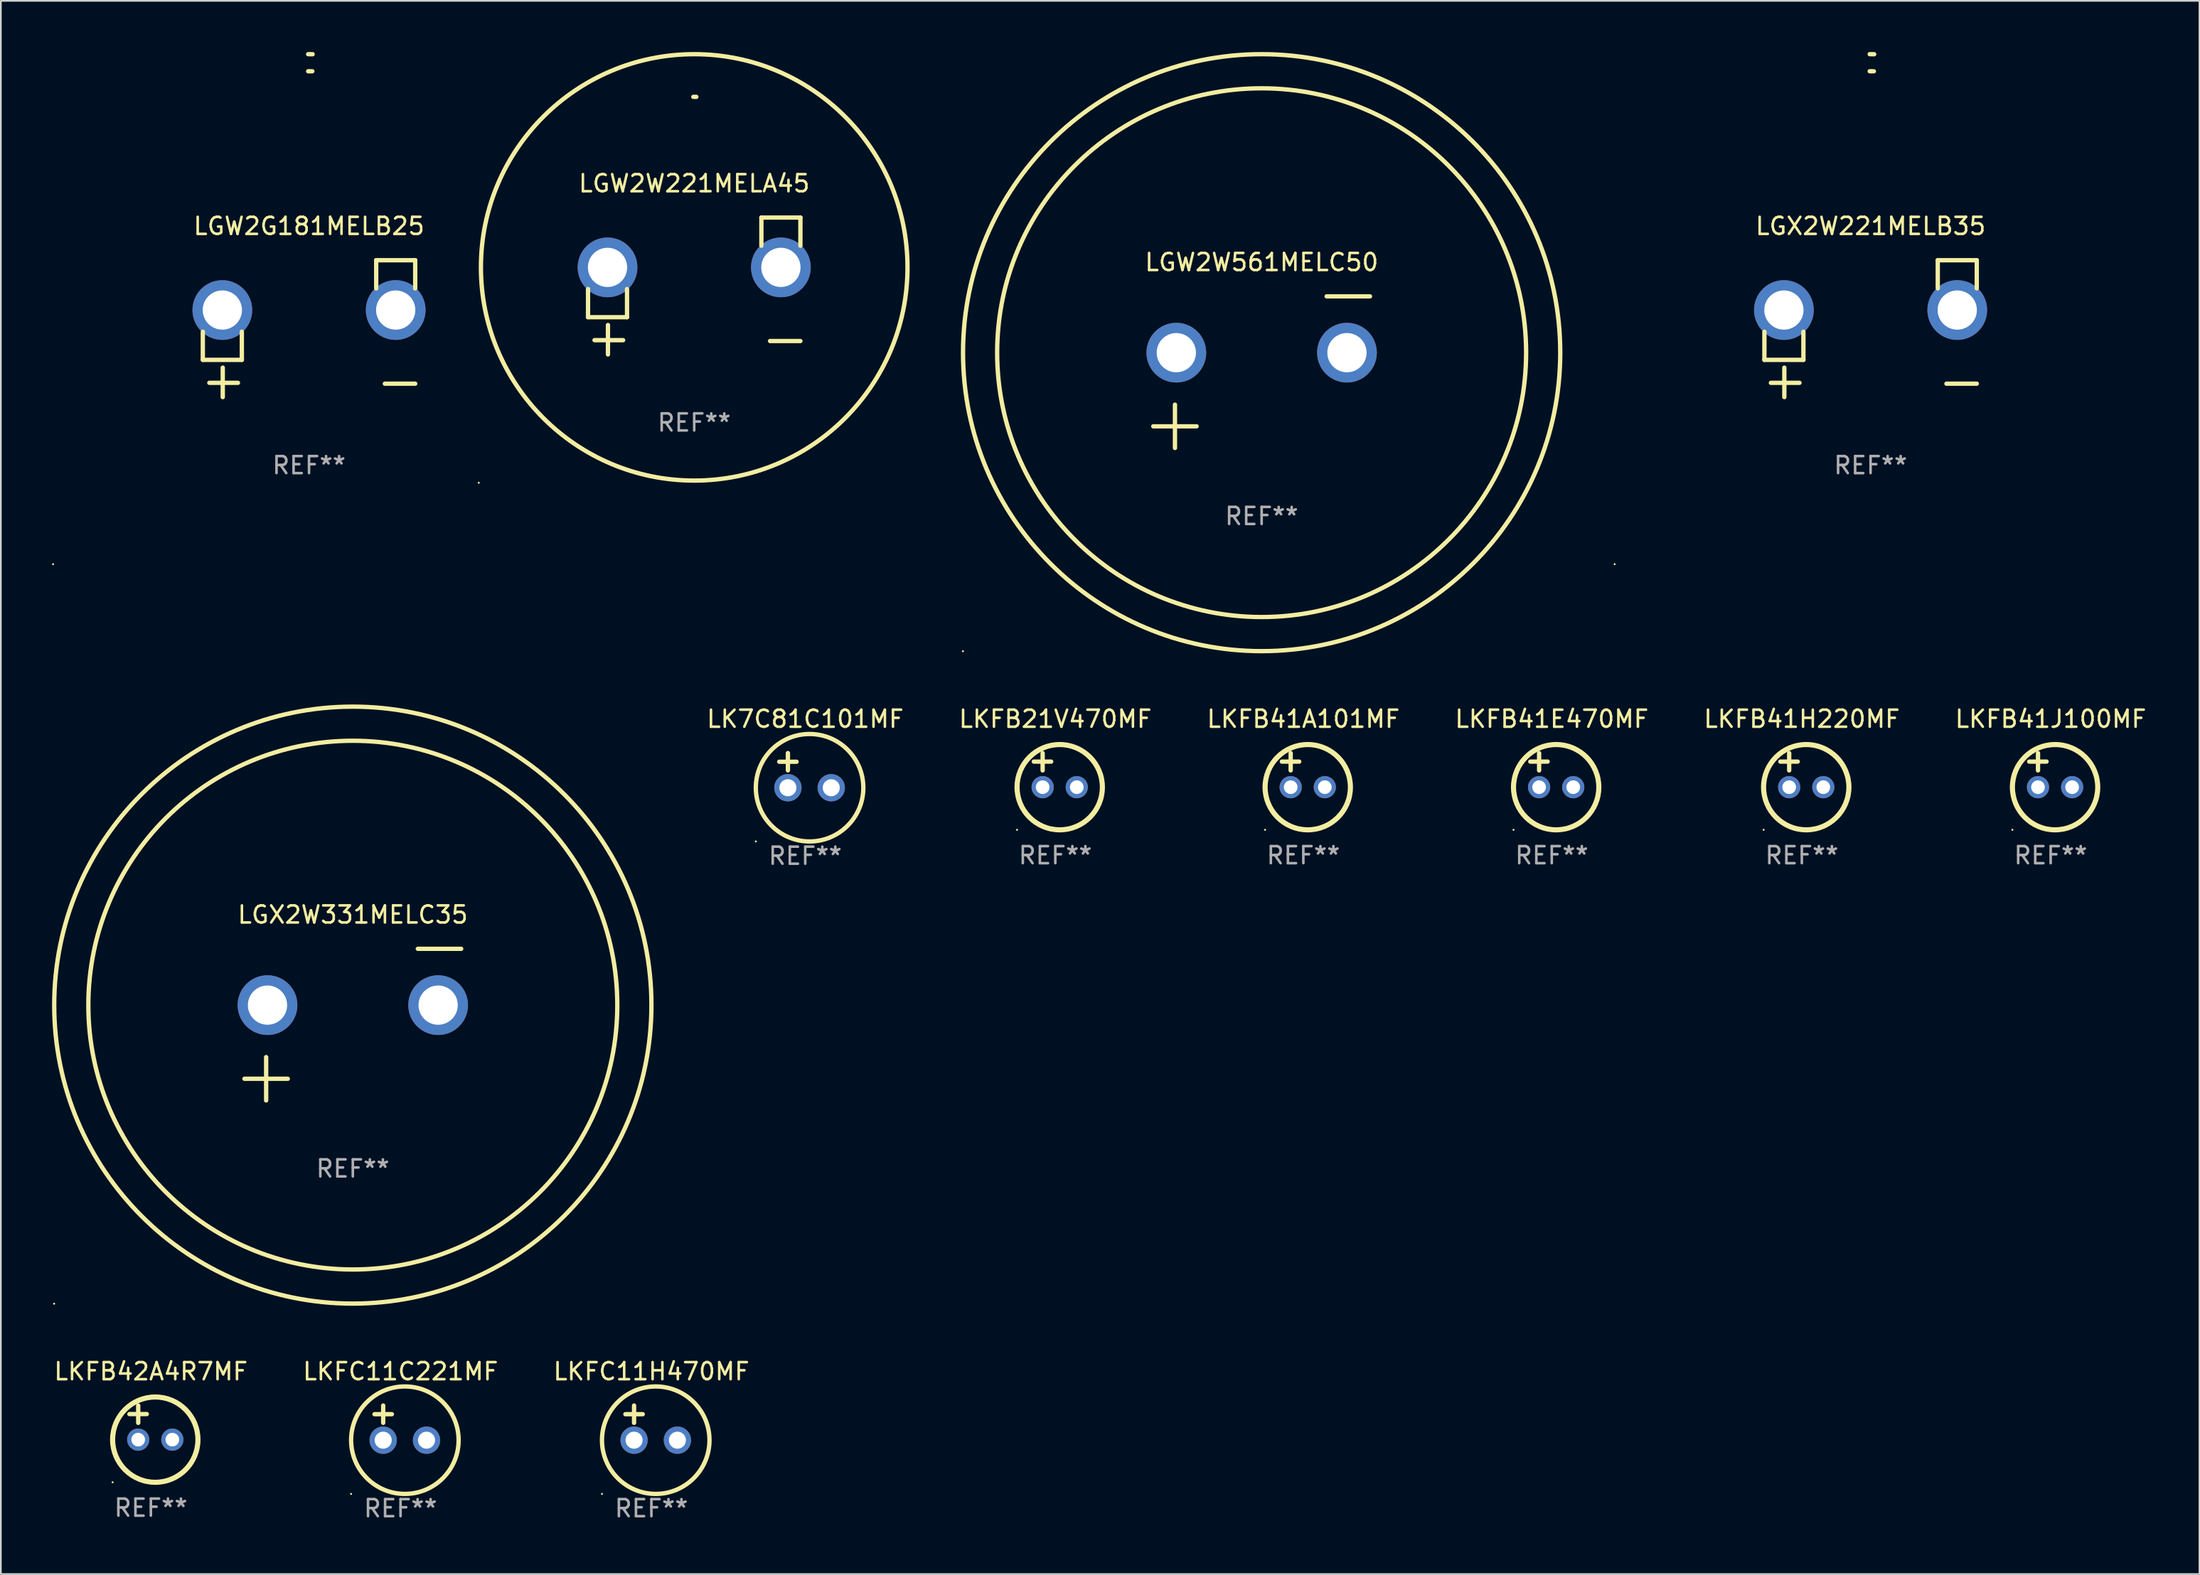
<source format=kicad_pcb>
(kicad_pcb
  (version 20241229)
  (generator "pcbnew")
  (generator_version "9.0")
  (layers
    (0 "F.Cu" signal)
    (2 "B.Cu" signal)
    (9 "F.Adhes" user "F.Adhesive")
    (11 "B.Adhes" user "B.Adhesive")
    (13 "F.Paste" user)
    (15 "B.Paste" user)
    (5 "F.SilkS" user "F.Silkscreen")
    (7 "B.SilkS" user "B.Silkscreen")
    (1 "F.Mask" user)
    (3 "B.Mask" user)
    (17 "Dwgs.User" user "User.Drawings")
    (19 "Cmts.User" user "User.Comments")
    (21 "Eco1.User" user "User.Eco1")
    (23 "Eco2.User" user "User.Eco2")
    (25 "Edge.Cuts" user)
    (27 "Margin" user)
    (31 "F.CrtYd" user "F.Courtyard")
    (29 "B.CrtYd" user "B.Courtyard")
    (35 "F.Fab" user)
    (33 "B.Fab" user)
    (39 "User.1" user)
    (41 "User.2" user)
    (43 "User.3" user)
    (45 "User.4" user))
  (footprint "LKFC11C221MF"
    (layer "F.Cu")
    (at 20.423 80.373)
    (property "Reference" "LKFC11C221MF" (at 0 -3.016 0) (layer "F.SilkS") (effects (font (size 1 1) (thickness 0.15))))
    (attr through_hole)
    (fp_line (start -1.524 -0.508) (end -0.508 -0.508) (stroke (width 0.254) (type solid)) (layer "F.SilkS"))
    (fp_line (start -1.016 -1.016) (end -1.016 0) (stroke (width 0.254) (type solid)) (layer "F.SilkS"))
    (fp_circle (center -2.896 4.166) (end -2.866 4.166) (stroke (width 0.06) (type solid)) (fill no) (layer "F.SilkS"))
    (fp_circle (center 0.254 1.016) (end 3.404 1.016) (stroke (width 0.254) (type solid)) (fill no) (layer "F.SilkS"))
    (fp_text user "REF**" (at 0 5.016 0) (layer "F.Fab") (effects (font (size 1 1) (thickness 0.15))))
    (pad "1" thru_hole circle (at -1.016 1.016) (size 1.6 1.6) (drill 1) (layers "*.Cu" "*.Mask"))
    (pad "2" thru_hole circle (at 1.524 1.016) (size 1.6 1.6) (drill 1) (layers "*.Cu" "*.Mask")))
  (footprint "LKFB41H220MF"
    (layer "F.Cu")
    (at 102.546 42.103)
    (property "Reference" "LKFB41H220MF" (at 0 -3 0) (layer "F.SilkS") (effects (font (size 1 1) (thickness 0.15))))
    (attr through_hole)
    (fp_line (start -1.258 -0.5) (end -0.242 -0.5) (stroke (width 0.254) (type solid)) (layer "F.SilkS"))
    (fp_line (start -0.742 -1) (end -0.742 0.016) (stroke (width 0.254) (type solid)) (layer "F.SilkS"))
    (fp_circle (center -2.242 3.5) (end -2.212 3.5) (stroke (width 0.06) (type solid)) (fill no) (layer "F.SilkS"))
    (fp_circle (center 0.258 1) (end 2.758 1) (stroke (width 0.3) (type solid)) (fill no) (layer "F.SilkS"))
    (fp_text user "REF**" (at 0 5 0) (layer "F.Fab") (effects (font (size 1 1) (thickness 0.15))))
    (pad "1" thru_hole circle (at -0.742 1) (size 1.3 1.3) (drill 0.8) (layers "*.Cu" "*.Mask"))
    (pad "2" thru_hole circle (at 1.258 1) (size 1.3 1.3) (drill 0.8) (layers "*.Cu" "*.Mask")))
  (footprint "LKFB42A4R7MF"
    (layer "F.Cu")
    (at 5.792 80.357)
    (property "Reference" "LKFB42A4R7MF" (at 0 -3 0) (layer "F.SilkS") (effects (font (size 1 1) (thickness 0.15))))
    (attr through_hole)
    (fp_line (start -1.258 -0.5) (end -0.242 -0.5) (stroke (width 0.254) (type solid)) (layer "F.SilkS"))
    (fp_line (start -0.742 -1) (end -0.742 0.016) (stroke (width 0.254) (type solid)) (layer "F.SilkS"))
    (fp_circle (center -2.242 3.5) (end -2.212 3.5) (stroke (width 0.06) (type solid)) (fill no) (layer "F.SilkS"))
    (fp_circle (center 0.258 1) (end 2.758 1) (stroke (width 0.3) (type solid)) (fill no) (layer "F.SilkS"))
    (fp_text user "REF**" (at 0 5 0) (layer "F.Fab") (effects (font (size 1 1) (thickness 0.15))))
    (pad "1" thru_hole circle (at -0.742 1) (size 1.3 1.3) (drill 0.8) (layers "*.Cu" "*.Mask"))
    (pad "2" thru_hole circle (at 1.258 1) (size 1.3 1.3) (drill 0.8) (layers "*.Cu" "*.Mask")))
  (footprint "LGW2W221MELA45"
    (layer "F.Cu")
    (at 37.634 13.719)
    (property "Reference" "LGW2W221MELA45" (at 0 -6.013 0) (layer "F.SilkS") (effects (font (size 1 1) (thickness 0.15))))
    (attr through_hole)
    (fp_line (start -6.223 0.178) (end -6.223 1.829) (stroke (width 0.254) (type solid)) (layer "F.SilkS"))
    (fp_line (start -6.223 1.829) (end -3.937 1.829) (stroke (width 0.254) (type solid)) (layer "F.SilkS"))
    (fp_line (start -5.055 4.013) (end -5.055 2.286) (stroke (width 0.254) (type solid)) (layer "F.SilkS"))
    (fp_line (start -4.166 3.175) (end -5.842 3.175) (stroke (width 0.254) (type solid)) (layer "F.SilkS"))
    (fp_line (start -3.937 1.829) (end -3.937 0.178) (stroke (width 0.254) (type solid)) (layer "F.SilkS"))
    (fp_line (start 3.937 -4.013) (end 3.937 -2.362) (stroke (width 0.254) (type solid)) (layer "F.SilkS"))
    (fp_line (start 6.223 -4.013) (end 3.937 -4.013) (stroke (width 0.254) (type solid)) (layer "F.SilkS"))
    (fp_line (start 6.223 -2.362) (end 6.223 -4.013) (stroke (width 0.254) (type solid)) (layer "F.SilkS"))
    (fp_line (start 6.223 3.226) (end 4.445 3.226) (stroke (width 0.254) (type solid)) (layer "F.SilkS"))
    (fp_arc (start -0.0508 -11.092202) (mid 0.036835 -11.091307) (end 0.12446 -11.089662) (stroke (width 0.254001) (type solid)) (layer "F.SilkS"))
    (fp_circle (center -12.627 11.535) (end -12.597 11.535) (stroke (width 0.06) (type solid)) (fill no) (layer "F.SilkS"))
    (fp_circle (center 0 -1.092) (end 12.5 -1.092) (stroke (width 0.254) (type solid)) (fill no) (layer "F.SilkS"))
    (fp_text user "REF**" (at 0 8.013 0) (layer "F.Fab") (effects (font (size 1 1) (thickness 0.15))))
    (pad "1" thru_hole circle (at -5.08 -1.092) (size 3.5 3.5) (drill 2.3) (layers "*.Cu" "*.Mask"))
    (pad "2" thru_hole circle (at 5.08 -1.092) (size 3.5 3.5) (drill 2.3) (layers "*.Cu" "*.Mask")))
  (footprint "LGX2W221MELB35"
    (layer "F.Cu")
    (at 106.575 16.22)
    (property "Reference" "LGX2W221MELB35" (at 0 -6.013 0) (layer "F.SilkS") (effects (font (size 1 1) (thickness 0.15))))
    (attr through_hole)
    (fp_line (start -6.223 0.178) (end -6.223 1.829) (stroke (width 0.254) (type solid)) (layer "F.SilkS"))
    (fp_line (start -6.223 1.829) (end -3.937 1.829) (stroke (width 0.254) (type solid)) (layer "F.SilkS"))
    (fp_line (start -5.055 4.013) (end -5.055 2.286) (stroke (width 0.254) (type solid)) (layer "F.SilkS"))
    (fp_line (start -4.166 3.175) (end -5.842 3.175) (stroke (width 0.254) (type solid)) (layer "F.SilkS"))
    (fp_line (start -3.937 1.829) (end -3.937 0.178) (stroke (width 0.254) (type solid)) (layer "F.SilkS"))
    (fp_line (start 3.937 -4.013) (end 3.937 -2.362) (stroke (width 0.254) (type solid)) (layer "F.SilkS"))
    (fp_line (start 6.223 -4.013) (end 3.937 -4.013) (stroke (width 0.254) (type solid)) (layer "F.SilkS"))
    (fp_line (start 6.223 -2.362) (end 6.223 -4.013) (stroke (width 0.254) (type solid)) (layer "F.SilkS"))
    (fp_line (start 6.223 3.226) (end 4.445 3.226) (stroke (width 0.254) (type solid)) (layer "F.SilkS"))
    (fp_arc (start -0.0508 -16.093472) (mid 0.080016 -16.092762) (end 0.210821 -16.090932) (stroke (width 0.254001) (type solid)) (layer "F.SilkS"))
    (fp_arc (start -0.0508 -15.09271) (mid 0.071125 -15.091961) (end 0.19304 -15.09017) (stroke (width 0.254001) (type solid)) (layer "F.SilkS"))
    (fp_circle (center -15 13.808) (end -14.97 13.808) (stroke (width 0.06) (type solid)) (fill no) (layer "F.SilkS"))
    (fp_text user "REF**" (at 0 8.013 0) (layer "F.Fab") (effects (font (size 1 1) (thickness 0.15))))
    (pad "1" thru_hole circle (at -5.08 -1.092) (size 3.5 3.5) (drill 2.3) (layers "*.Cu" "*.Mask"))
    (pad "2" thru_hole circle (at 5.08 -1.092) (size 3.5 3.5) (drill 2.3) (layers "*.Cu" "*.Mask")))
  (footprint "LKFB41J100MF"
    (layer "F.Cu")
    (at 117.129 42.103)
    (property "Reference" "LKFB41J100MF" (at 0 -3 0) (layer "F.SilkS") (effects (font (size 1 1) (thickness 0.15))))
    (attr through_hole)
    (fp_line (start -1.258 -0.5) (end -0.242 -0.5) (stroke (width 0.254) (type solid)) (layer "F.SilkS"))
    (fp_line (start -0.742 -1) (end -0.742 0.016) (stroke (width 0.254) (type solid)) (layer "F.SilkS"))
    (fp_circle (center -2.242 3.5) (end -2.212 3.5) (stroke (width 0.06) (type solid)) (fill no) (layer "F.SilkS"))
    (fp_circle (center 0.258 1) (end 2.758 1) (stroke (width 0.3) (type solid)) (fill no) (layer "F.SilkS"))
    (fp_text user "REF**" (at 0 5 0) (layer "F.Fab") (effects (font (size 1 1) (thickness 0.15))))
    (pad "1" thru_hole circle (at -0.742 1) (size 1.3 1.3) (drill 0.8) (layers "*.Cu" "*.Mask"))
    (pad "2" thru_hole circle (at 1.258 1) (size 1.3 1.3) (drill 0.8) (layers "*.Cu" "*.Mask")))
  (footprint "LGW2G181MELB25"
    (layer "F.Cu")
    (at 15.06 16.22)
    (property "Reference" "LGW2G181MELB25" (at 0 -6.013 0) (layer "F.SilkS") (effects (font (size 1 1) (thickness 0.15))))
    (attr through_hole)
    (fp_line (start -6.223 0.178) (end -6.223 1.829) (stroke (width 0.254) (type solid)) (layer "F.SilkS"))
    (fp_line (start -6.223 1.829) (end -3.937 1.829) (stroke (width 0.254) (type solid)) (layer "F.SilkS"))
    (fp_line (start -5.055 4.013) (end -5.055 2.286) (stroke (width 0.254) (type solid)) (layer "F.SilkS"))
    (fp_line (start -4.166 3.175) (end -5.842 3.175) (stroke (width 0.254) (type solid)) (layer "F.SilkS"))
    (fp_line (start -3.937 1.829) (end -3.937 0.178) (stroke (width 0.254) (type solid)) (layer "F.SilkS"))
    (fp_line (start 3.937 -4.013) (end 3.937 -2.362) (stroke (width 0.254) (type solid)) (layer "F.SilkS"))
    (fp_line (start 6.223 -4.013) (end 3.937 -4.013) (stroke (width 0.254) (type solid)) (layer "F.SilkS"))
    (fp_line (start 6.223 -2.362) (end 6.223 -4.013) (stroke (width 0.254) (type solid)) (layer "F.SilkS"))
    (fp_line (start 6.223 3.226) (end 4.445 3.226) (stroke (width 0.254) (type solid)) (layer "F.SilkS"))
    (fp_arc (start -0.0508 -16.093472) (mid 0.080016 -16.092762) (end 0.210821 -16.090932) (stroke (width 0.254001) (type solid)) (layer "F.SilkS"))
    (fp_arc (start -0.0508 -15.09271) (mid 0.071125 -15.091961) (end 0.19304 -15.09017) (stroke (width 0.254001) (type solid)) (layer "F.SilkS"))
    (fp_circle (center -15 13.808) (end -14.97 13.808) (stroke (width 0.06) (type solid)) (fill no) (layer "F.SilkS"))
    (fp_text user "REF**" (at 0 8.013 0) (layer "F.Fab") (effects (font (size 1 1) (thickness 0.15))))
    (pad "1" thru_hole circle (at -5.08 -1.092) (size 3.5 3.5) (drill 2.3) (layers "*.Cu" "*.Mask"))
    (pad "2" thru_hole circle (at 5.08 -1.092) (size 3.5 3.5) (drill 2.3) (layers "*.Cu" "*.Mask")))
  (footprint "LGX2W331MELC35"
    (layer "F.Cu")
    (at 17.627 57.024)
    (property "Reference" "LGX2W331MELC35" (at 0 -6.445 0) (layer "F.SilkS") (effects (font (size 1 1) (thickness 0.15))))
    (attr through_hole)
    (fp_line (start -6.35 3.175) (end -3.81 3.175) (stroke (width 0.254) (type solid)) (layer "F.SilkS"))
    (fp_line (start -5.08 1.905) (end -5.08 4.445) (stroke (width 0.254) (type solid)) (layer "F.SilkS"))
    (fp_line (start 3.81 -4.445) (end 6.35 -4.445) (stroke (width 0.254) (type solid)) (layer "F.SilkS"))
    (fp_circle (center -17.505 16.362) (end -17.475 16.362) (stroke (width 0.06) (type solid)) (fill no) (layer "F.SilkS"))
    (fp_circle (center 0 -1.143) (end 15.5 -1.143) (stroke (width 0.254) (type solid)) (fill no) (layer "F.SilkS"))
    (fp_circle (center 0 -1.143) (end 17.5 -1.143) (stroke (width 0.254) (type solid)) (fill no) (layer "F.SilkS"))
    (fp_text user "REF**" (at 0 8.445 0) (layer "F.Fab") (effects (font (size 1 1) (thickness 0.15))))
    (pad "1" thru_hole circle (at -5 -1.143) (size 3.5 3.5) (drill 2.3) (layers "*.Cu" "*.Mask"))
    (pad "2" thru_hole circle (at 5 -1.143) (size 3.5 3.5) (drill 2.3) (layers "*.Cu" "*.Mask")))
  (footprint "LKFC11H470MF"
    (layer "F.Cu")
    (at 35.125 80.373)
    (property "Reference" "LKFC11H470MF" (at 0 -3.016 0) (layer "F.SilkS") (effects (font (size 1 1) (thickness 0.15))))
    (attr through_hole)
    (fp_line (start -1.524 -0.508) (end -0.508 -0.508) (stroke (width 0.254) (type solid)) (layer "F.SilkS"))
    (fp_line (start -1.016 -1.016) (end -1.016 0) (stroke (width 0.254) (type solid)) (layer "F.SilkS"))
    (fp_circle (center -2.896 4.166) (end -2.866 4.166) (stroke (width 0.06) (type solid)) (fill no) (layer "F.SilkS"))
    (fp_circle (center 0.254 1.016) (end 3.404 1.016) (stroke (width 0.254) (type solid)) (fill no) (layer "F.SilkS"))
    (fp_text user "REF**" (at 0 5.016 0) (layer "F.Fab") (effects (font (size 1 1) (thickness 0.15))))
    (pad "1" thru_hole circle (at -1.016 1.016) (size 1.6 1.6) (drill 1) (layers "*.Cu" "*.Mask"))
    (pad "2" thru_hole circle (at 1.524 1.016) (size 1.6 1.6) (drill 1) (layers "*.Cu" "*.Mask")))
  (footprint "LK7C81C101MF"
    (layer "F.Cu")
    (at 44.141 42.119)
    (property "Reference" "LK7C81C101MF" (at 0 -3.016 0) (layer "F.SilkS") (effects (font (size 1 1) (thickness 0.15))))
    (attr through_hole)
    (fp_line (start -1.524 -0.508) (end -0.508 -0.508) (stroke (width 0.254) (type solid)) (layer "F.SilkS"))
    (fp_line (start -1.016 -1.016) (end -1.016 0) (stroke (width 0.254) (type solid)) (layer "F.SilkS"))
    (fp_circle (center -2.896 4.166) (end -2.866 4.166) (stroke (width 0.06) (type solid)) (fill no) (layer "F.SilkS"))
    (fp_circle (center 0.254 1.016) (end 3.404 1.016) (stroke (width 0.254) (type solid)) (fill no) (layer "F.SilkS"))
    (fp_text user "REF**" (at 0 5.016 0) (layer "F.Fab") (effects (font (size 1 1) (thickness 0.15))))
    (pad "1" thru_hole circle (at -1.016 1.016) (size 1.6 1.6) (drill 1) (layers "*.Cu" "*.Mask"))
    (pad "2" thru_hole circle (at 1.524 1.016) (size 1.6 1.6) (drill 1) (layers "*.Cu" "*.Mask")))
  (footprint "LKFB41E470MF"
    (layer "F.Cu")
    (at 87.891 42.103)
    (property "Reference" "LKFB41E470MF" (at 0 -3 0) (layer "F.SilkS") (effects (font (size 1 1) (thickness 0.15))))
    (attr through_hole)
    (fp_line (start -1.258 -0.5) (end -0.242 -0.5) (stroke (width 0.254) (type solid)) (layer "F.SilkS"))
    (fp_line (start -0.742 -1) (end -0.742 0.016) (stroke (width 0.254) (type solid)) (layer "F.SilkS"))
    (fp_circle (center -2.242 3.5) (end -2.212 3.5) (stroke (width 0.06) (type solid)) (fill no) (layer "F.SilkS"))
    (fp_circle (center 0.258 1) (end 2.758 1) (stroke (width 0.3) (type solid)) (fill no) (layer "F.SilkS"))
    (fp_text user "REF**" (at 0 5 0) (layer "F.Fab") (effects (font (size 1 1) (thickness 0.15))))
    (pad "1" thru_hole circle (at -0.742 1) (size 1.3 1.3) (drill 0.8) (layers "*.Cu" "*.Mask"))
    (pad "2" thru_hole circle (at 1.258 1) (size 1.3 1.3) (drill 0.8) (layers "*.Cu" "*.Mask")))
  (footprint "LKFB21V470MF"
    (layer "F.Cu")
    (at 58.796 42.103)
    (property "Reference" "LKFB21V470MF" (at 0 -3 0) (layer "F.SilkS") (effects (font (size 1 1) (thickness 0.15))))
    (attr through_hole)
    (fp_line (start -1.258 -0.5) (end -0.242 -0.5) (stroke (width 0.254) (type solid)) (layer "F.SilkS"))
    (fp_line (start -0.742 -1) (end -0.742 0.016) (stroke (width 0.254) (type solid)) (layer "F.SilkS"))
    (fp_circle (center -2.242 3.5) (end -2.212 3.5) (stroke (width 0.06) (type solid)) (fill no) (layer "F.SilkS"))
    (fp_circle (center 0.258 1) (end 2.758 1) (stroke (width 0.3) (type solid)) (fill no) (layer "F.SilkS"))
    (fp_text user "REF**" (at 0 5 0) (layer "F.Fab") (effects (font (size 1 1) (thickness 0.15))))
    (pad "1" thru_hole circle (at -0.742 1) (size 1.3 1.3) (drill 0.8) (layers "*.Cu" "*.Mask"))
    (pad "2" thru_hole circle (at 1.258 1) (size 1.3 1.3) (drill 0.8) (layers "*.Cu" "*.Mask")))
  (footprint "LKFB41A101MF"
    (layer "F.Cu")
    (at 73.332 42.103)
    (property "Reference" "LKFB41A101MF" (at 0 -3 0) (layer "F.SilkS") (effects (font (size 1 1) (thickness 0.15))))
    (attr through_hole)
    (fp_line (start -1.258 -0.5) (end -0.242 -0.5) (stroke (width 0.254) (type solid)) (layer "F.SilkS"))
    (fp_line (start -0.742 -1) (end -0.742 0.016) (stroke (width 0.254) (type solid)) (layer "F.SilkS"))
    (fp_circle (center -2.242 3.5) (end -2.212 3.5) (stroke (width 0.06) (type solid)) (fill no) (layer "F.SilkS"))
    (fp_circle (center 0.258 1) (end 2.758 1) (stroke (width 0.3) (type solid)) (fill no) (layer "F.SilkS"))
    (fp_text user "REF**" (at 0 5 0) (layer "F.Fab") (effects (font (size 1 1) (thickness 0.15))))
    (pad "1" thru_hole circle (at -0.742 1) (size 1.3 1.3) (drill 0.8) (layers "*.Cu" "*.Mask"))
    (pad "2" thru_hole circle (at 1.258 1) (size 1.3 1.3) (drill 0.8) (layers "*.Cu" "*.Mask")))
  (footprint "LGW2W561MELC50"
    (layer "F.Cu")
    (at 70.888 18.77)
    (property "Reference" "LGW2W561MELC50" (at 0 -6.445 0) (layer "F.SilkS") (effects (font (size 1 1) (thickness 0.15))))
    (attr through_hole)
    (fp_line (start -6.35 3.175) (end -3.81 3.175) (stroke (width 0.254) (type solid)) (layer "F.SilkS"))
    (fp_line (start -5.08 1.905) (end -5.08 4.445) (stroke (width 0.254) (type solid)) (layer "F.SilkS"))
    (fp_line (start 3.81 -4.445) (end 6.35 -4.445) (stroke (width 0.254) (type solid)) (layer "F.SilkS"))
    (fp_circle (center -17.505 16.362) (end -17.475 16.362) (stroke (width 0.06) (type solid)) (fill no) (layer "F.SilkS"))
    (fp_circle (center 0 -1.143) (end 15.5 -1.143) (stroke (width 0.254) (type solid)) (fill no) (layer "F.SilkS"))
    (fp_circle (center 0 -1.143) (end 17.5 -1.143) (stroke (width 0.254) (type solid)) (fill no) (layer "F.SilkS"))
    (fp_text user "REF**" (at 0 8.445 0) (layer "F.Fab") (effects (font (size 1 1) (thickness 0.15))))
    (pad "1" thru_hole circle (at -5 -1.143) (size 3.5 3.5) (drill 2.3) (layers "*.Cu" "*.Mask"))
    (pad "2" thru_hole circle (at 5 -1.143) (size 3.5 3.5) (drill 2.3) (layers "*.Cu" "*.Mask")))
  (gr_rect
    (start -3 -3)
    (end 125.849 89.237)
    (stroke (width 0.1) (type default))
    (fill no)
    (layer "Edge.Cuts")))
</source>
